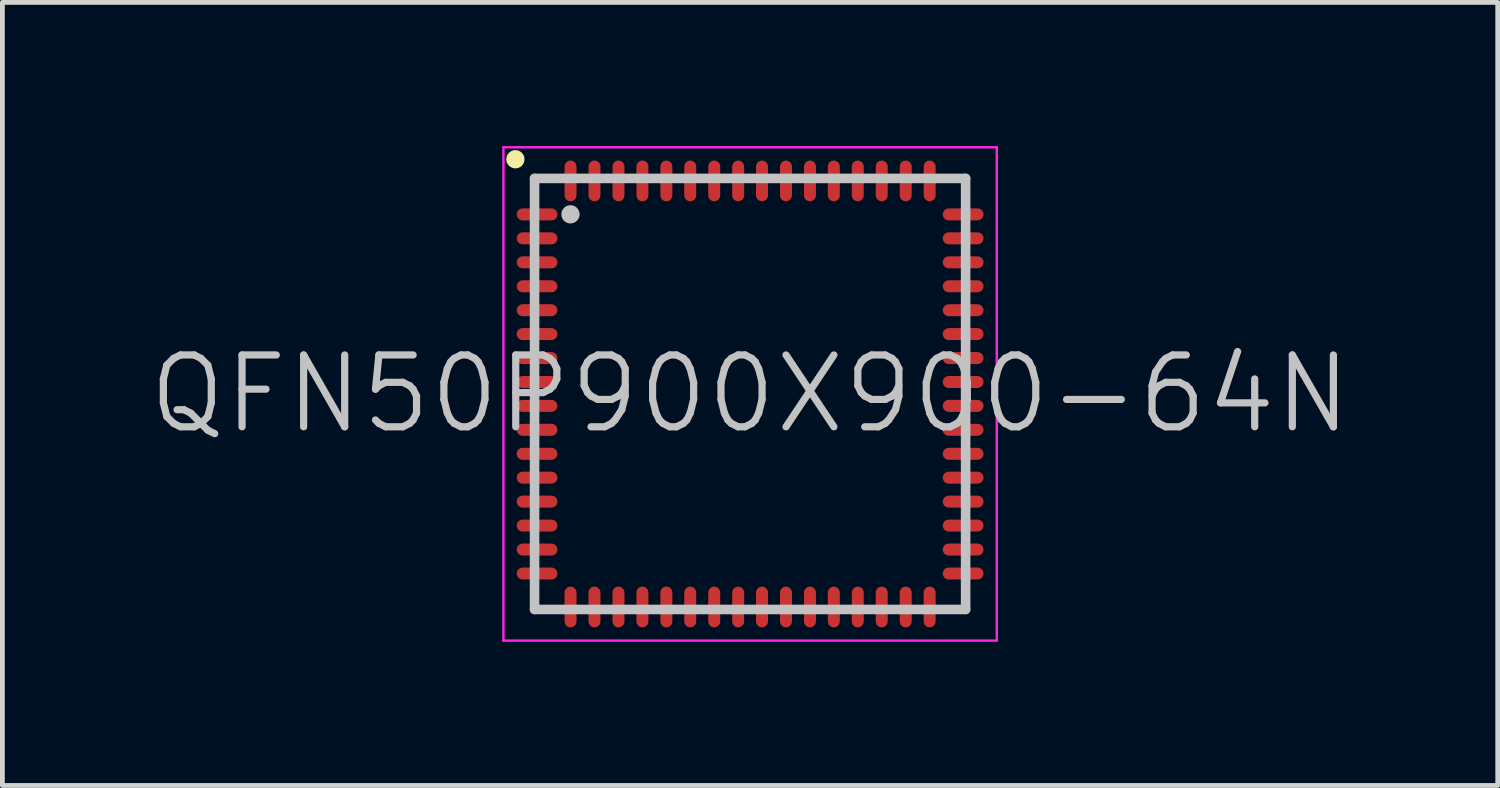
<source format=kicad_pcb>
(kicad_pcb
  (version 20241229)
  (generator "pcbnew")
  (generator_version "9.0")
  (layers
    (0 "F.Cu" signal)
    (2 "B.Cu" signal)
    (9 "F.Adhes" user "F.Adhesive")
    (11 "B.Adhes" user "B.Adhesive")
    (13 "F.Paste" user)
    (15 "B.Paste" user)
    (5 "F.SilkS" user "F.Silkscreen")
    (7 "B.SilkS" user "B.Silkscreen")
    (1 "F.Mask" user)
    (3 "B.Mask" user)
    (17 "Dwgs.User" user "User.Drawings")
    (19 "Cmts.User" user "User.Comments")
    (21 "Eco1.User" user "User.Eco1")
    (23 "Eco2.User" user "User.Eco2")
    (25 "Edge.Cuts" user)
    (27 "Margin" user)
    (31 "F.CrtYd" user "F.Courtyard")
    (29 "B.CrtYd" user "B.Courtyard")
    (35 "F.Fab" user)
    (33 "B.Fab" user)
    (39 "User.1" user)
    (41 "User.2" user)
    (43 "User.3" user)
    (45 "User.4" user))
  (footprint "QFN50P900X900-64N"
    (layer "F.Cu")
    (at 12.611 5.175)
    (property "Reference" "QFN50P900X900-64N" (at 0 0 0) (layer "Dwgs.User") (effects (font (size 1.5 1.5) (thickness 0.15))))
    (attr smd)
    (fp_line (start -4.9 -4.9) (end -4.9 -4.9) (stroke (width 0.381) (type solid)) (layer "F.SilkS"))
    (fp_line (start -4.5 -4.5) (end -4.5 4.5) (stroke (width 0.2) (type solid)) (layer "Dwgs.User"))
    (fp_line (start -4.5 -4.5) (end 4.5 -4.5) (stroke (width 0.2) (type solid)) (layer "Dwgs.User"))
    (fp_line (start -4.5 4.5) (end 4.5 4.5) (stroke (width 0.2) (type solid)) (layer "Dwgs.User"))
    (fp_line (start -3.75 -3.75) (end -3.75 -3.75) (stroke (width 0.381) (type solid)) (layer "Dwgs.User"))
    (fp_line (start 4.5 -4.5) (end 4.5 4.5) (stroke (width 0.2) (type solid)) (layer "Dwgs.User"))
    (fp_line (start -5.15 -5.15) (end -5.15 5.15) (stroke (width 0.05) (type solid)) (layer "F.CrtYd"))
    (fp_line (start -5.15 -5.15) (end 5.15 -5.15) (stroke (width 0.05) (type solid)) (layer "F.CrtYd"))
    (fp_line (start -5.15 5.15) (end 5.15 5.15) (stroke (width 0.05) (type solid)) (layer "F.CrtYd"))
    (fp_line (start 5.15 -5.15) (end 5.15 5.15) (stroke (width 0.05) (type solid)) (layer "F.CrtYd"))
    (pad "1" smd oval (at -4.448 -3.749 90) (size 0.25 0.85) (layers "F.Cu" "F.Mask" "F.Paste"))
    (pad "2" smd oval (at -4.448 -3.249 90) (size 0.25 0.85) (layers "F.Cu" "F.Mask" "F.Paste"))
    (pad "3" smd oval (at -4.448 -2.748 90) (size 0.25 0.85) (layers "F.Cu" "F.Mask" "F.Paste"))
    (pad "4" smd oval (at -4.448 -2.248 90) (size 0.25 0.85) (layers "F.Cu" "F.Mask" "F.Paste"))
    (pad "5" smd oval (at -4.448 -1.748 90) (size 0.25 0.85) (layers "F.Cu" "F.Mask" "F.Paste"))
    (pad "6" smd oval (at -4.448 -1.25 90) (size 0.25 0.85) (layers "F.Cu" "F.Mask" "F.Paste"))
    (pad "7" smd oval (at -4.448 -0.749 90) (size 0.25 0.85) (layers "F.Cu" "F.Mask" "F.Paste"))
    (pad "8" smd oval (at -4.448 -0.249 90) (size 0.25 0.85) (layers "F.Cu" "F.Mask" "F.Paste"))
    (pad "9" smd oval (at -4.448 0.249 90) (size 0.25 0.85) (layers "F.Cu" "F.Mask" "F.Paste"))
    (pad "10" smd oval (at -4.448 0.749 90) (size 0.25 0.85) (layers "F.Cu" "F.Mask" "F.Paste"))
    (pad "11" smd oval (at -4.448 1.25 90) (size 0.25 0.85) (layers "F.Cu" "F.Mask" "F.Paste"))
    (pad "12" smd oval (at -4.448 1.748 90) (size 0.25 0.85) (layers "F.Cu" "F.Mask" "F.Paste"))
    (pad "13" smd oval (at -4.448 2.248 90) (size 0.25 0.85) (layers "F.Cu" "F.Mask" "F.Paste"))
    (pad "14" smd oval (at -4.448 2.748 90) (size 0.25 0.85) (layers "F.Cu" "F.Mask" "F.Paste"))
    (pad "15" smd oval (at -4.448 3.249 90) (size 0.25 0.85) (layers "F.Cu" "F.Mask" "F.Paste"))
    (pad "16" smd oval (at -4.448 3.749 90) (size 0.25 0.85) (layers "F.Cu" "F.Mask" "F.Paste"))
    (pad "17" smd oval (at -3.749 4.448 180) (size 0.25 0.85) (layers "F.Cu" "F.Mask" "F.Paste"))
    (pad "18" smd oval (at -3.249 4.448 180) (size 0.25 0.85) (layers "F.Cu" "F.Mask" "F.Paste"))
    (pad "19" smd oval (at -2.748 4.448 180) (size 0.25 0.85) (layers "F.Cu" "F.Mask" "F.Paste"))
    (pad "20" smd oval (at -2.248 4.448 180) (size 0.25 0.85) (layers "F.Cu" "F.Mask" "F.Paste"))
    (pad "21" smd oval (at -1.748 4.448 180) (size 0.25 0.85) (layers "F.Cu" "F.Mask" "F.Paste"))
    (pad "22" smd oval (at -1.25 4.448 180) (size 0.25 0.85) (layers "F.Cu" "F.Mask" "F.Paste"))
    (pad "23" smd oval (at -0.749 4.448 180) (size 0.25 0.85) (layers "F.Cu" "F.Mask" "F.Paste"))
    (pad "24" smd oval (at -0.249 4.448 180) (size 0.25 0.85) (layers "F.Cu" "F.Mask" "F.Paste"))
    (pad "25" smd oval (at 0.249 4.448 180) (size 0.25 0.85) (layers "F.Cu" "F.Mask" "F.Paste"))
    (pad "26" smd oval (at 0.749 4.448 180) (size 0.25 0.85) (layers "F.Cu" "F.Mask" "F.Paste"))
    (pad "27" smd oval (at 1.25 4.448 180) (size 0.25 0.85) (layers "F.Cu" "F.Mask" "F.Paste"))
    (pad "28" smd oval (at 1.748 4.448 180) (size 0.25 0.85) (layers "F.Cu" "F.Mask" "F.Paste"))
    (pad "29" smd oval (at 2.248 4.448 180) (size 0.25 0.85) (layers "F.Cu" "F.Mask" "F.Paste"))
    (pad "30" smd oval (at 2.748 4.448 180) (size 0.25 0.85) (layers "F.Cu" "F.Mask" "F.Paste"))
    (pad "31" smd oval (at 3.249 4.448 180) (size 0.25 0.85) (layers "F.Cu" "F.Mask" "F.Paste"))
    (pad "32" smd oval (at 3.749 4.448 180) (size 0.25 0.85) (layers "F.Cu" "F.Mask" "F.Paste"))
    (pad "33" smd oval (at 4.448 3.749 270) (size 0.25 0.85) (layers "F.Cu" "F.Mask" "F.Paste"))
    (pad "34" smd oval (at 4.448 3.249 270) (size 0.25 0.85) (layers "F.Cu" "F.Mask" "F.Paste"))
    (pad "35" smd oval (at 4.448 2.748 270) (size 0.25 0.85) (layers "F.Cu" "F.Mask" "F.Paste"))
    (pad "36" smd oval (at 4.448 2.248 270) (size 0.25 0.85) (layers "F.Cu" "F.Mask" "F.Paste"))
    (pad "37" smd oval (at 4.448 1.748 270) (size 0.25 0.85) (layers "F.Cu" "F.Mask" "F.Paste"))
    (pad "38" smd oval (at 4.448 1.25 270) (size 0.25 0.85) (layers "F.Cu" "F.Mask" "F.Paste"))
    (pad "39" smd oval (at 4.448 0.749 270) (size 0.25 0.85) (layers "F.Cu" "F.Mask" "F.Paste"))
    (pad "40" smd oval (at 4.448 0.249 270) (size 0.25 0.85) (layers "F.Cu" "F.Mask" "F.Paste"))
    (pad "41" smd oval (at 4.448 -0.249 270) (size 0.25 0.85) (layers "F.Cu" "F.Mask" "F.Paste"))
    (pad "42" smd oval (at 4.448 -0.749 270) (size 0.25 0.85) (layers "F.Cu" "F.Mask" "F.Paste"))
    (pad "43" smd oval (at 4.448 -1.25 270) (size 0.25 0.85) (layers "F.Cu" "F.Mask" "F.Paste"))
    (pad "44" smd oval (at 4.448 -1.748 270) (size 0.25 0.85) (layers "F.Cu" "F.Mask" "F.Paste"))
    (pad "45" smd oval (at 4.448 -2.248 270) (size 0.25 0.85) (layers "F.Cu" "F.Mask" "F.Paste"))
    (pad "46" smd oval (at 4.448 -2.748 270) (size 0.25 0.85) (layers "F.Cu" "F.Mask" "F.Paste"))
    (pad "47" smd oval (at 4.448 -3.249 270) (size 0.25 0.85) (layers "F.Cu" "F.Mask" "F.Paste"))
    (pad "48" smd oval (at 4.448 -3.749 270) (size 0.25 0.85) (layers "F.Cu" "F.Mask" "F.Paste"))
    (pad "49" smd oval (at 3.749 -4.448) (size 0.25 0.85) (layers "F.Cu" "F.Mask" "F.Paste"))
    (pad "50" smd oval (at 3.249 -4.448) (size 0.25 0.85) (layers "F.Cu" "F.Mask" "F.Paste"))
    (pad "51" smd oval (at 2.748 -4.448) (size 0.25 0.85) (layers "F.Cu" "F.Mask" "F.Paste"))
    (pad "52" smd oval (at 2.248 -4.448) (size 0.25 0.85) (layers "F.Cu" "F.Mask" "F.Paste"))
    (pad "53" smd oval (at 1.748 -4.448) (size 0.25 0.85) (layers "F.Cu" "F.Mask" "F.Paste"))
    (pad "54" smd oval (at 1.25 -4.448) (size 0.25 0.85) (layers "F.Cu" "F.Mask" "F.Paste"))
    (pad "55" smd oval (at 0.749 -4.448) (size 0.25 0.85) (layers "F.Cu" "F.Mask" "F.Paste"))
    (pad "56" smd oval (at 0.249 -4.448) (size 0.25 0.85) (layers "F.Cu" "F.Mask" "F.Paste"))
    (pad "57" smd oval (at -0.249 -4.448) (size 0.25 0.85) (layers "F.Cu" "F.Mask" "F.Paste"))
    (pad "58" smd oval (at -0.749 -4.448) (size 0.25 0.85) (layers "F.Cu" "F.Mask" "F.Paste"))
    (pad "59" smd oval (at -1.25 -4.448) (size 0.25 0.85) (layers "F.Cu" "F.Mask" "F.Paste"))
    (pad "60" smd oval (at -1.748 -4.448) (size 0.25 0.85) (layers "F.Cu" "F.Mask" "F.Paste"))
    (pad "61" smd oval (at -2.248 -4.448) (size 0.25 0.85) (layers "F.Cu" "F.Mask" "F.Paste"))
    (pad "62" smd oval (at -2.748 -4.448) (size 0.25 0.85) (layers "F.Cu" "F.Mask" "F.Paste"))
    (pad "63" smd oval (at -3.249 -4.448) (size 0.25 0.85) (layers "F.Cu" "F.Mask" "F.Paste"))
    (pad "64" smd oval (at -3.749 -4.448) (size 0.25 0.85) (layers "F.Cu" "F.Mask" "F.Paste")))
  (gr_rect
    (start -3 -3)
    (end 28.221 13.35)
    (stroke (width 0.1) (type default))
    (fill no)
    (layer "Edge.Cuts")))
</source>
